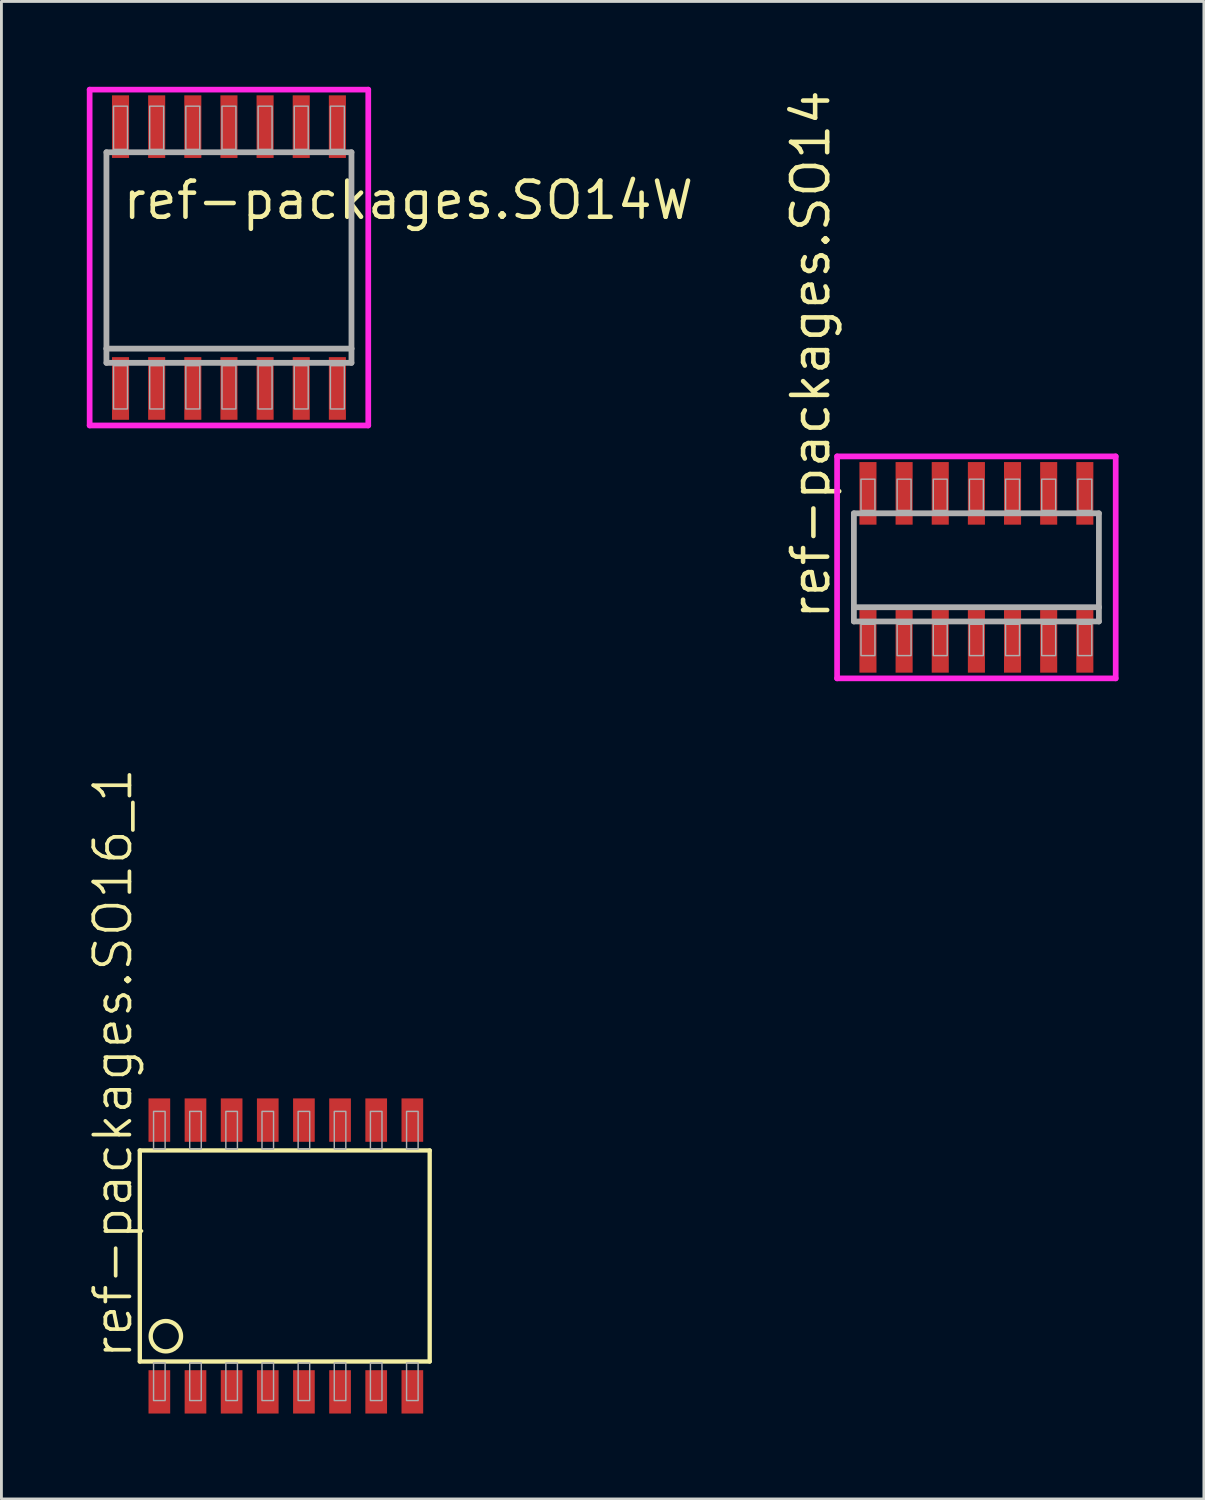
<source format=kicad_pcb>
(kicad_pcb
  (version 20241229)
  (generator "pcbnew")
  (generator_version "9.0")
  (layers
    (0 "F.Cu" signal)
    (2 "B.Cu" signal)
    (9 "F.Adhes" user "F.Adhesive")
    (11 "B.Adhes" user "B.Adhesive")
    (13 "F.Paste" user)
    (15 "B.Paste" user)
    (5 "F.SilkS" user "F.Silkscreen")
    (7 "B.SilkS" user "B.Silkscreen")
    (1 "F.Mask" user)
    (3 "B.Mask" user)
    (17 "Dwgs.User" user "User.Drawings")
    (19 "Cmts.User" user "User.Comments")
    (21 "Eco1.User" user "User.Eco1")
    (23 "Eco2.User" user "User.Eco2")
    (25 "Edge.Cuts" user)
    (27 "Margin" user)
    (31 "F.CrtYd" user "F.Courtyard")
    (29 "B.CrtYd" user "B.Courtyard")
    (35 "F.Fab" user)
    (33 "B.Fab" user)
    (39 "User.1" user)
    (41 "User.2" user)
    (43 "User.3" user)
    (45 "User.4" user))
  (footprint "ref-packages.SO14"
    (layer "F.Cu")
    (at 31.259 16.887)
    (property "Reference" "ref-packages.SO14" (at -5.08 1.905 90) (layer "F.SilkS") (effects (font (size 1.27 1.27) (thickness 0.16)) (justify left bottom)))
    (attr smd)
    (fp_line (start -4.895 -3.9) (end 4.895 -3.9) (stroke (width 0.2) (type default)) (layer "F.CrtYd"))
    (fp_line (start -4.895 3.9) (end -4.895 -3.9) (stroke (width 0.2) (type default)) (layer "F.CrtYd"))
    (fp_line (start 4.895 -3.9) (end 4.895 3.9) (stroke (width 0.2) (type default)) (layer "F.CrtYd"))
    (fp_line (start 4.895 3.9) (end -4.895 3.9) (stroke (width 0.2) (type default)) (layer "F.CrtYd"))
    (fp_line (start -4.305 -1.9) (end 4.305 -1.9) (stroke (width 0.203) (type default)) (layer "F.Fab"))
    (fp_line (start -4.305 1.4) (end -4.305 -1.9) (stroke (width 0.203) (type default)) (layer "F.Fab"))
    (fp_line (start -4.305 1.9) (end -4.305 1.4) (stroke (width 0.203) (type default)) (layer "F.Fab"))
    (fp_line (start 4.305 -1.9) (end 4.305 1.4) (stroke (width 0.203) (type default)) (layer "F.Fab"))
    (fp_line (start 4.305 1.4) (end -4.305 1.4) (stroke (width 0.203) (type default)) (layer "F.Fab"))
    (fp_line (start 4.305 1.4) (end 4.305 1.9) (stroke (width 0.203) (type default)) (layer "F.Fab"))
    (fp_line (start 4.305 1.9) (end -4.305 1.9) (stroke (width 0.203) (type default)) (layer "F.Fab"))
    (fp_rect (start -4.055 -2) (end -3.565 -3.1) (stroke (width 0.05) (type default)) (fill no) (layer "F.Fab"))
    (fp_rect (start -4.055 3.1) (end -3.565 2) (stroke (width 0.05) (type default)) (fill no) (layer "F.Fab"))
    (fp_rect (start -2.785 -2) (end -2.295 -3.1) (stroke (width 0.05) (type default)) (fill no) (layer "F.Fab"))
    (fp_rect (start -2.785 3.1) (end -2.295 2) (stroke (width 0.05) (type default)) (fill no) (layer "F.Fab"))
    (fp_rect (start -1.515 -2) (end -1.025 -3.1) (stroke (width 0.05) (type default)) (fill no) (layer "F.Fab"))
    (fp_rect (start -1.515 3.1) (end -1.025 2) (stroke (width 0.05) (type default)) (fill no) (layer "F.Fab"))
    (fp_rect (start -0.245 -2) (end 0.245 -3.1) (stroke (width 0.05) (type default)) (fill no) (layer "F.Fab"))
    (fp_rect (start -0.245 3.1) (end 0.245 2) (stroke (width 0.05) (type default)) (fill no) (layer "F.Fab"))
    (fp_rect (start 1.025 -2) (end 1.515 -3.1) (stroke (width 0.05) (type default)) (fill no) (layer "F.Fab"))
    (fp_rect (start 1.025 3.1) (end 1.515 2) (stroke (width 0.05) (type default)) (fill no) (layer "F.Fab"))
    (fp_rect (start 2.295 -2) (end 2.785 -3.1) (stroke (width 0.05) (type default)) (fill no) (layer "F.Fab"))
    (fp_rect (start 2.295 3.1) (end 2.785 2) (stroke (width 0.05) (type default)) (fill no) (layer "F.Fab"))
    (fp_rect (start 3.565 -2) (end 4.055 -3.1) (stroke (width 0.05) (type default)) (fill no) (layer "F.Fab"))
    (fp_rect (start 3.565 3.1) (end 4.055 2) (stroke (width 0.05) (type default)) (fill no) (layer "F.Fab"))
    (pad "1" smd roundrect (at -3.81 2.6) (size 0.6 2.2) (layers "F.Cu" "F.Mask" "F.Paste") (roundrect_rratio 0.01))
    (pad "2" smd roundrect (at -2.54 2.6) (size 0.6 2.2) (layers "F.Cu" "F.Mask" "F.Paste") (roundrect_rratio 0.01))
    (pad "3" smd roundrect (at -1.27 2.6) (size 0.6 2.2) (layers "F.Cu" "F.Mask" "F.Paste") (roundrect_rratio 0.01))
    (pad "4" smd roundrect (at 0 2.6) (size 0.6 2.2) (layers "F.Cu" "F.Mask" "F.Paste") (roundrect_rratio 0.01))
    (pad "5" smd roundrect (at 1.27 2.6) (size 0.6 2.2) (layers "F.Cu" "F.Mask" "F.Paste") (roundrect_rratio 0.01))
    (pad "6" smd roundrect (at 2.54 2.6) (size 0.6 2.2) (layers "F.Cu" "F.Mask" "F.Paste") (roundrect_rratio 0.01))
    (pad "7" smd roundrect (at 3.81 2.6) (size 0.6 2.2) (layers "F.Cu" "F.Mask" "F.Paste") (roundrect_rratio 0.01))
    (pad "8" smd roundrect (at 3.81 -2.6) (size 0.6 2.2) (layers "F.Cu" "F.Mask" "F.Paste") (roundrect_rratio 0.01))
    (pad "9" smd roundrect (at 2.54 -2.6) (size 0.6 2.2) (layers "F.Cu" "F.Mask" "F.Paste") (roundrect_rratio 0.01))
    (pad "10" smd roundrect (at 1.27 -2.6) (size 0.6 2.2) (layers "F.Cu" "F.Mask" "F.Paste") (roundrect_rratio 0.01))
    (pad "11" smd roundrect (at 0 -2.6) (size 0.6 2.2) (layers "F.Cu" "F.Mask" "F.Paste") (roundrect_rratio 0.01))
    (pad "12" smd roundrect (at -1.27 -2.6) (size 0.6 2.2) (layers "F.Cu" "F.Mask" "F.Paste") (roundrect_rratio 0.01))
    (pad "13" smd roundrect (at -2.54 -2.6) (size 0.6 2.2) (layers "F.Cu" "F.Mask" "F.Paste") (roundrect_rratio 0.01))
    (pad "14" smd roundrect (at -3.81 -2.6) (size 0.6 2.2) (layers "F.Cu" "F.Mask" "F.Paste") (roundrect_rratio 0.01)))
  (footprint "ref-packages.SO16_1"
    (layer "F.Cu")
    (at 6.994 41.083)
    (property "Reference" "ref-packages.SO16_1" (at -5.334 3.683 90) (layer "F.SilkS") (effects (font (size 1.27 1.27) (thickness 0.13)) (justify left bottom)))
    (attr smd)
    (fp_line (start -5.131 -3.708) (end -5.131 3.708) (stroke (width 0.152) (type default)) (layer "F.SilkS"))
    (fp_line (start -5.131 3.708) (end 5.055 3.708) (stroke (width 0.152) (type default)) (layer "F.SilkS"))
    (fp_line (start 5.055 -3.708) (end -5.131 -3.708) (stroke (width 0.152) (type default)) (layer "F.SilkS"))
    (fp_line (start 5.055 3.708) (end 5.055 -3.708) (stroke (width 0.152) (type default)) (layer "F.SilkS"))
    (fp_circle (center -4.216 2.819) (end -3.683 2.819) (stroke (width 0.152) (type default)) (fill no) (layer "F.SilkS"))
    (fp_rect (start -4.648 -3.759) (end -4.242 -5.08) (stroke (width 0.05) (type default)) (fill no) (layer "F.Fab"))
    (fp_rect (start -4.648 5.08) (end -4.242 3.759) (stroke (width 0.05) (type default)) (fill no) (layer "F.Fab"))
    (fp_rect (start -3.378 -3.759) (end -2.972 -5.08) (stroke (width 0.05) (type default)) (fill no) (layer "F.Fab"))
    (fp_rect (start -3.378 5.08) (end -2.972 3.759) (stroke (width 0.05) (type default)) (fill no) (layer "F.Fab"))
    (fp_rect (start -2.108 -3.759) (end -1.702 -5.08) (stroke (width 0.05) (type default)) (fill no) (layer "F.Fab"))
    (fp_rect (start -2.108 5.08) (end -1.702 3.759) (stroke (width 0.05) (type default)) (fill no) (layer "F.Fab"))
    (fp_rect (start -0.838 -3.759) (end -0.432 -5.08) (stroke (width 0.05) (type default)) (fill no) (layer "F.Fab"))
    (fp_rect (start -0.838 5.08) (end -0.432 3.759) (stroke (width 0.05) (type default)) (fill no) (layer "F.Fab"))
    (fp_rect (start 0.432 -3.759) (end 0.838 -5.08) (stroke (width 0.05) (type default)) (fill no) (layer "F.Fab"))
    (fp_rect (start 0.432 5.08) (end 0.838 3.759) (stroke (width 0.05) (type default)) (fill no) (layer "F.Fab"))
    (fp_rect (start 1.702 -3.759) (end 2.108 -5.08) (stroke (width 0.05) (type default)) (fill no) (layer "F.Fab"))
    (fp_rect (start 1.702 5.08) (end 2.108 3.759) (stroke (width 0.05) (type default)) (fill no) (layer "F.Fab"))
    (fp_rect (start 2.972 -3.759) (end 3.378 -5.08) (stroke (width 0.05) (type default)) (fill no) (layer "F.Fab"))
    (fp_rect (start 2.972 5.08) (end 3.378 3.759) (stroke (width 0.05) (type default)) (fill no) (layer "F.Fab"))
    (fp_rect (start 4.242 -3.759) (end 4.648 -5.08) (stroke (width 0.05) (type default)) (fill no) (layer "F.Fab"))
    (fp_rect (start 4.242 5.08) (end 4.648 3.759) (stroke (width 0.05) (type default)) (fill no) (layer "F.Fab"))
    (pad "1" smd roundrect (at -4.445 4.775) (size 0.762 1.524) (layers "F.Cu" "F.Mask" "F.Paste") (roundrect_rratio 0.01))
    (pad "2" smd roundrect (at -3.175 4.775) (size 0.762 1.524) (layers "F.Cu" "F.Mask" "F.Paste") (roundrect_rratio 0.01))
    (pad "3" smd roundrect (at -1.905 4.775) (size 0.762 1.524) (layers "F.Cu" "F.Mask" "F.Paste") (roundrect_rratio 0.01))
    (pad "4" smd roundrect (at -0.635 4.775) (size 0.762 1.524) (layers "F.Cu" "F.Mask" "F.Paste") (roundrect_rratio 0.01))
    (pad "5" smd roundrect (at 0.635 4.775) (size 0.762 1.524) (layers "F.Cu" "F.Mask" "F.Paste") (roundrect_rratio 0.01))
    (pad "6" smd roundrect (at 1.905 4.775) (size 0.762 1.524) (layers "F.Cu" "F.Mask" "F.Paste") (roundrect_rratio 0.01))
    (pad "7" smd roundrect (at 3.175 4.775) (size 0.762 1.524) (layers "F.Cu" "F.Mask" "F.Paste") (roundrect_rratio 0.01))
    (pad "8" smd roundrect (at 4.445 4.775) (size 0.762 1.524) (layers "F.Cu" "F.Mask" "F.Paste") (roundrect_rratio 0.01))
    (pad "9" smd roundrect (at 4.445 -4.775) (size 0.762 1.524) (layers "F.Cu" "F.Mask" "F.Paste") (roundrect_rratio 0.01))
    (pad "10" smd roundrect (at 3.175 -4.775) (size 0.762 1.524) (layers "F.Cu" "F.Mask" "F.Paste") (roundrect_rratio 0.01))
    (pad "11" smd roundrect (at 1.905 -4.775) (size 0.762 1.524) (layers "F.Cu" "F.Mask" "F.Paste") (roundrect_rratio 0.01))
    (pad "12" smd roundrect (at 0.635 -4.775) (size 0.762 1.524) (layers "F.Cu" "F.Mask" "F.Paste") (roundrect_rratio 0.01))
    (pad "13" smd roundrect (at -0.635 -4.775) (size 0.762 1.524) (layers "F.Cu" "F.Mask" "F.Paste") (roundrect_rratio 0.01))
    (pad "14" smd roundrect (at -1.905 -4.775) (size 0.762 1.524) (layers "F.Cu" "F.Mask" "F.Paste") (roundrect_rratio 0.01))
    (pad "15" smd roundrect (at -3.175 -4.775) (size 0.762 1.524) (layers "F.Cu" "F.Mask" "F.Paste") (roundrect_rratio 0.01))
    (pad "16" smd roundrect (at -4.445 -4.775) (size 0.762 1.524) (layers "F.Cu" "F.Mask" "F.Paste") (roundrect_rratio 0.01)))
  (footprint "ref-packages.SO14W"
    (layer "F.Cu")
    (at 4.995 6)
    (property "Reference" "ref-packages.SO14W" (at -3.81 -1.27 0) (layer "F.SilkS") (effects (font (size 1.27 1.27) (thickness 0.16)) (justify left bottom)))
    (attr smd)
    (fp_line (start -4.895 -5.9) (end 4.895 -5.9) (stroke (width 0.2) (type default)) (layer "F.CrtYd"))
    (fp_line (start -4.895 5.9) (end -4.895 -5.9) (stroke (width 0.2) (type default)) (layer "F.CrtYd"))
    (fp_line (start 4.895 -5.9) (end 4.895 5.9) (stroke (width 0.2) (type default)) (layer "F.CrtYd"))
    (fp_line (start 4.895 5.9) (end -4.895 5.9) (stroke (width 0.2) (type default)) (layer "F.CrtYd"))
    (fp_line (start -4.305 -3.7) (end 4.305 -3.7) (stroke (width 0.203) (type default)) (layer "F.Fab"))
    (fp_line (start -4.305 3.2) (end -4.305 -3.7) (stroke (width 0.203) (type default)) (layer "F.Fab"))
    (fp_line (start -4.305 3.7) (end -4.305 3.2) (stroke (width 0.203) (type default)) (layer "F.Fab"))
    (fp_line (start 4.305 -3.7) (end 4.305 3.2) (stroke (width 0.203) (type default)) (layer "F.Fab"))
    (fp_line (start 4.305 3.2) (end -4.305 3.2) (stroke (width 0.203) (type default)) (layer "F.Fab"))
    (fp_line (start 4.305 3.2) (end 4.305 3.7) (stroke (width 0.203) (type default)) (layer "F.Fab"))
    (fp_line (start 4.305 3.7) (end -4.305 3.7) (stroke (width 0.203) (type default)) (layer "F.Fab"))
    (fp_rect (start -4.055 -3.8) (end -3.565 -5.32) (stroke (width 0.05) (type default)) (fill no) (layer "F.Fab"))
    (fp_rect (start -4.055 5.32) (end -3.565 3.8) (stroke (width 0.05) (type default)) (fill no) (layer "F.Fab"))
    (fp_rect (start -2.785 -3.8) (end -2.295 -5.32) (stroke (width 0.05) (type default)) (fill no) (layer "F.Fab"))
    (fp_rect (start -2.785 5.32) (end -2.295 3.8) (stroke (width 0.05) (type default)) (fill no) (layer "F.Fab"))
    (fp_rect (start -1.515 -3.8) (end -1.025 -5.32) (stroke (width 0.05) (type default)) (fill no) (layer "F.Fab"))
    (fp_rect (start -1.515 5.32) (end -1.025 3.8) (stroke (width 0.05) (type default)) (fill no) (layer "F.Fab"))
    (fp_rect (start -0.245 -3.8) (end 0.245 -5.32) (stroke (width 0.05) (type default)) (fill no) (layer "F.Fab"))
    (fp_rect (start -0.245 5.32) (end 0.245 3.8) (stroke (width 0.05) (type default)) (fill no) (layer "F.Fab"))
    (fp_rect (start 1.025 -3.8) (end 1.515 -5.32) (stroke (width 0.05) (type default)) (fill no) (layer "F.Fab"))
    (fp_rect (start 1.025 5.32) (end 1.515 3.8) (stroke (width 0.05) (type default)) (fill no) (layer "F.Fab"))
    (fp_rect (start 2.295 -3.8) (end 2.785 -5.32) (stroke (width 0.05) (type default)) (fill no) (layer "F.Fab"))
    (fp_rect (start 2.295 5.32) (end 2.785 3.8) (stroke (width 0.05) (type default)) (fill no) (layer "F.Fab"))
    (fp_rect (start 3.565 -3.8) (end 4.055 -5.32) (stroke (width 0.05) (type default)) (fill no) (layer "F.Fab"))
    (fp_rect (start 3.565 5.32) (end 4.055 3.8) (stroke (width 0.05) (type default)) (fill no) (layer "F.Fab"))
    (pad "1" smd roundrect (at -3.81 4.6) (size 0.6 2.2) (layers "F.Cu" "F.Mask" "F.Paste") (roundrect_rratio 0.01))
    (pad "2" smd roundrect (at -2.54 4.6) (size 0.6 2.2) (layers "F.Cu" "F.Mask" "F.Paste") (roundrect_rratio 0.01))
    (pad "3" smd roundrect (at -1.27 4.6) (size 0.6 2.2) (layers "F.Cu" "F.Mask" "F.Paste") (roundrect_rratio 0.01))
    (pad "4" smd roundrect (at 0 4.6) (size 0.6 2.2) (layers "F.Cu" "F.Mask" "F.Paste") (roundrect_rratio 0.01))
    (pad "5" smd roundrect (at 1.27 4.6) (size 0.6 2.2) (layers "F.Cu" "F.Mask" "F.Paste") (roundrect_rratio 0.01))
    (pad "6" smd roundrect (at 2.54 4.6) (size 0.6 2.2) (layers "F.Cu" "F.Mask" "F.Paste") (roundrect_rratio 0.01))
    (pad "7" smd roundrect (at 3.81 4.6) (size 0.6 2.2) (layers "F.Cu" "F.Mask" "F.Paste") (roundrect_rratio 0.01))
    (pad "8" smd roundrect (at 3.81 -4.6) (size 0.6 2.2) (layers "F.Cu" "F.Mask" "F.Paste") (roundrect_rratio 0.01))
    (pad "9" smd roundrect (at 2.54 -4.6) (size 0.6 2.2) (layers "F.Cu" "F.Mask" "F.Paste") (roundrect_rratio 0.01))
    (pad "10" smd roundrect (at 1.27 -4.6) (size 0.6 2.2) (layers "F.Cu" "F.Mask" "F.Paste") (roundrect_rratio 0.01))
    (pad "11" smd roundrect (at 0 -4.6) (size 0.6 2.2) (layers "F.Cu" "F.Mask" "F.Paste") (roundrect_rratio 0.01))
    (pad "12" smd roundrect (at -1.27 -4.6) (size 0.6 2.2) (layers "F.Cu" "F.Mask" "F.Paste") (roundrect_rratio 0.01))
    (pad "13" smd roundrect (at -2.54 -4.6) (size 0.6 2.2) (layers "F.Cu" "F.Mask" "F.Paste") (roundrect_rratio 0.01))
    (pad "14" smd roundrect (at -3.81 -4.6) (size 0.6 2.2) (layers "F.Cu" "F.Mask" "F.Paste") (roundrect_rratio 0.01)))
  (gr_rect
    (start -3 -3)
    (end 39.253 49.621)
    (stroke (width 0.1) (type default))
    (fill no)
    (layer "Edge.Cuts")))
</source>
